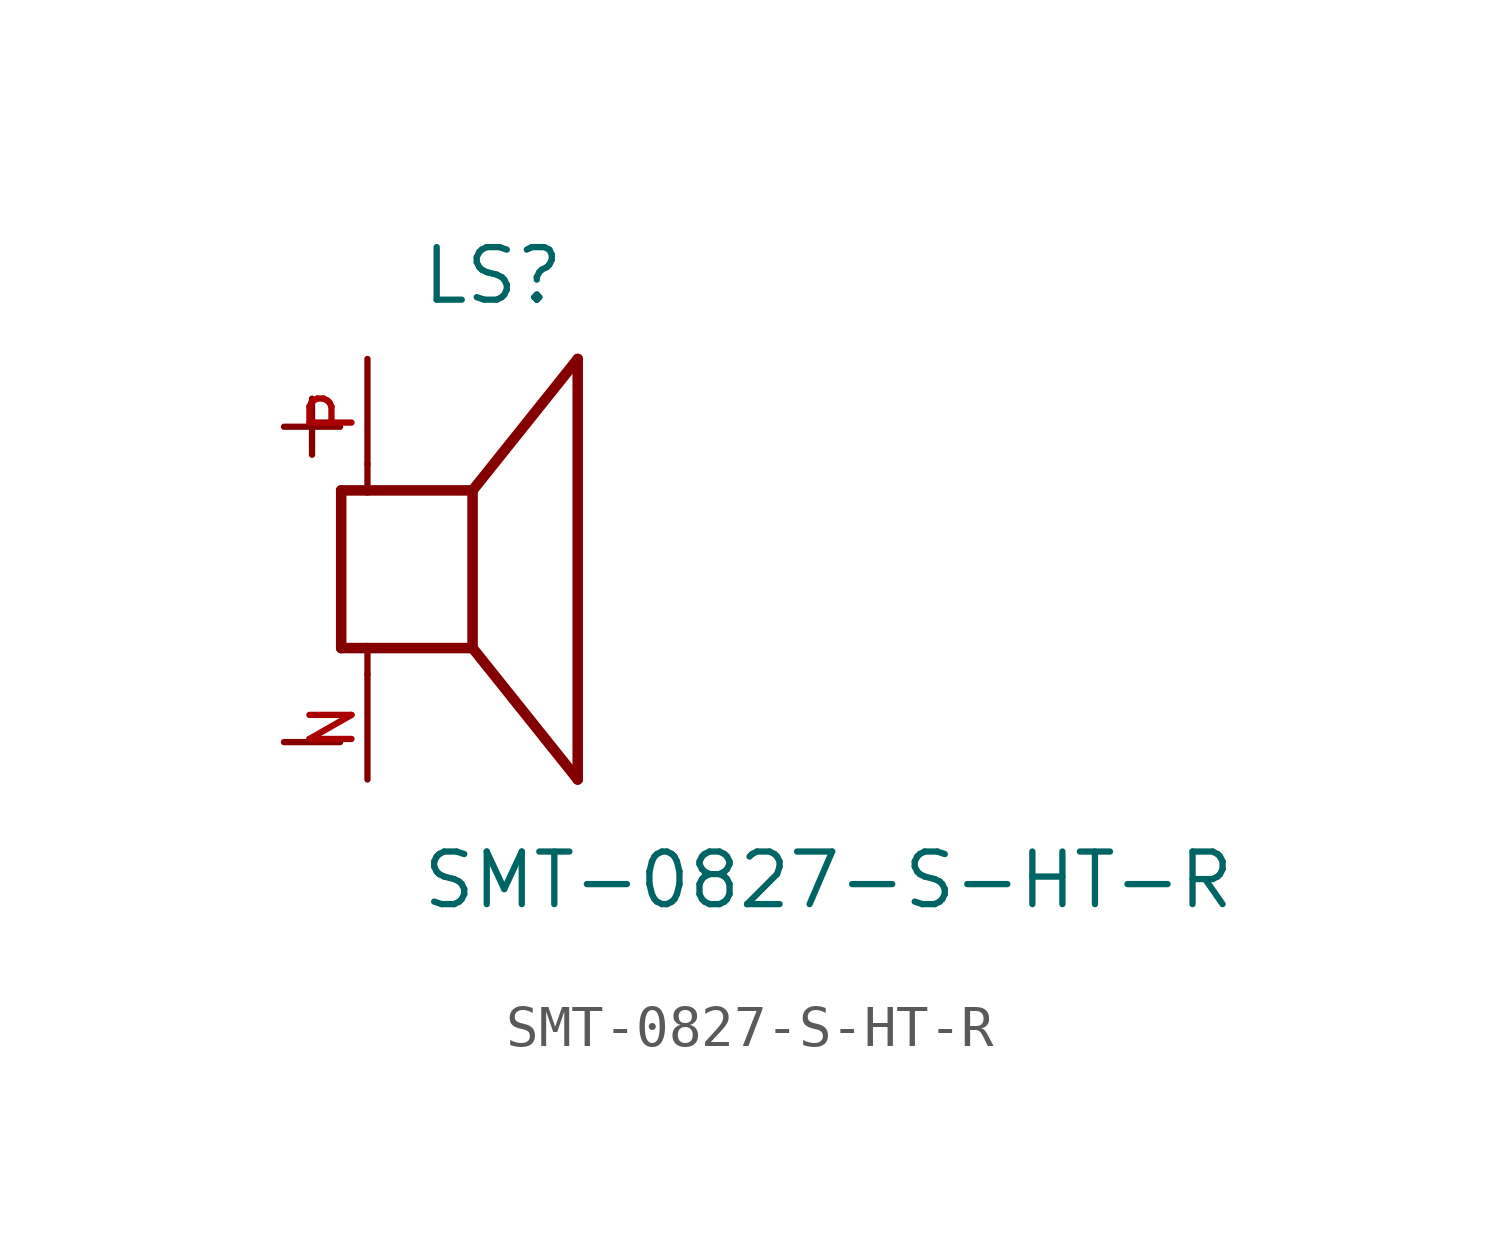
<source format=kicad_sym>
(kicad_symbol_lib
  (version 20211014)
  (generator kicad_symbol_editor)
  (symbol "SMT-0827-S-HT-R"
    (pin_names
      (offset 1.016))
    (property "Reference" "LS"
      (at -1.27 6.35 0)
      (effects (font (size 1.27 1.27)) (justify bottom left)))
    (property "Value" "SMT-0827-S-HT-R"
      (at -1.27 -8.255 0)
      (effects (font (size 1.27 1.27)) (justify bottom left)))
    (symbol "SMT-0827-S-HT-R_0_0"
      (polyline (pts (xy -3.175 1.905) (xy -3.175 -1.905)) (stroke (width 0.254)))
      (polyline (pts (xy -3.175 -1.905) (xy -2.54 -1.905)) (stroke (width 0.254)))
      (polyline (pts (xy 0.0 -1.905) (xy 0.0 1.905)) (stroke (width 0.254)))
      (polyline (pts (xy -3.175 1.905) (xy -2.54 1.905)) (stroke (width 0.254)))
      (polyline (pts (xy 0.0 -1.905) (xy 2.54 -5.08)) (stroke (width 0.254)))
      (polyline (pts (xy 2.54 -5.08) (xy 2.54 5.08)) (stroke (width 0.254)))
      (polyline (pts (xy 0.0 1.905) (xy 2.54 5.08)) (stroke (width 0.254)))
      (polyline (pts (xy -2.54 -2.54) (xy -2.54 -1.905)) (stroke (width 0.152)))
      (polyline (pts (xy -2.54 -1.905) (xy 0.0 -1.905)) (stroke (width 0.254)))
      (polyline (pts (xy -2.54 2.54) (xy -2.54 1.905)) (stroke (width 0.152)))
      (polyline (pts (xy -2.54 1.905) (xy 0.0 1.905)) (stroke (width 0.254)))
      (text "+" (at -5.08 2.54 0) (effects (font (size 1.778 1.778)) (justify bottom left)))
      (text "-" (at -5.08 -5.08 0) (effects (font (size 1.778 1.778)) (justify bottom left)))
      (pin passive line (at -2.54 -5.08 90.0) (length 2.54) (name "~" (effects (font (size 1.016 1.016)))) (number "N" (effects (font (size 1.016 1.016)))))
      (pin passive line (at -2.54 5.08 270.0) (length 2.54) (name "~" (effects (font (size 1.016 1.016)))) (number "P" (effects (font (size 1.016 1.016))))))))
</source>
